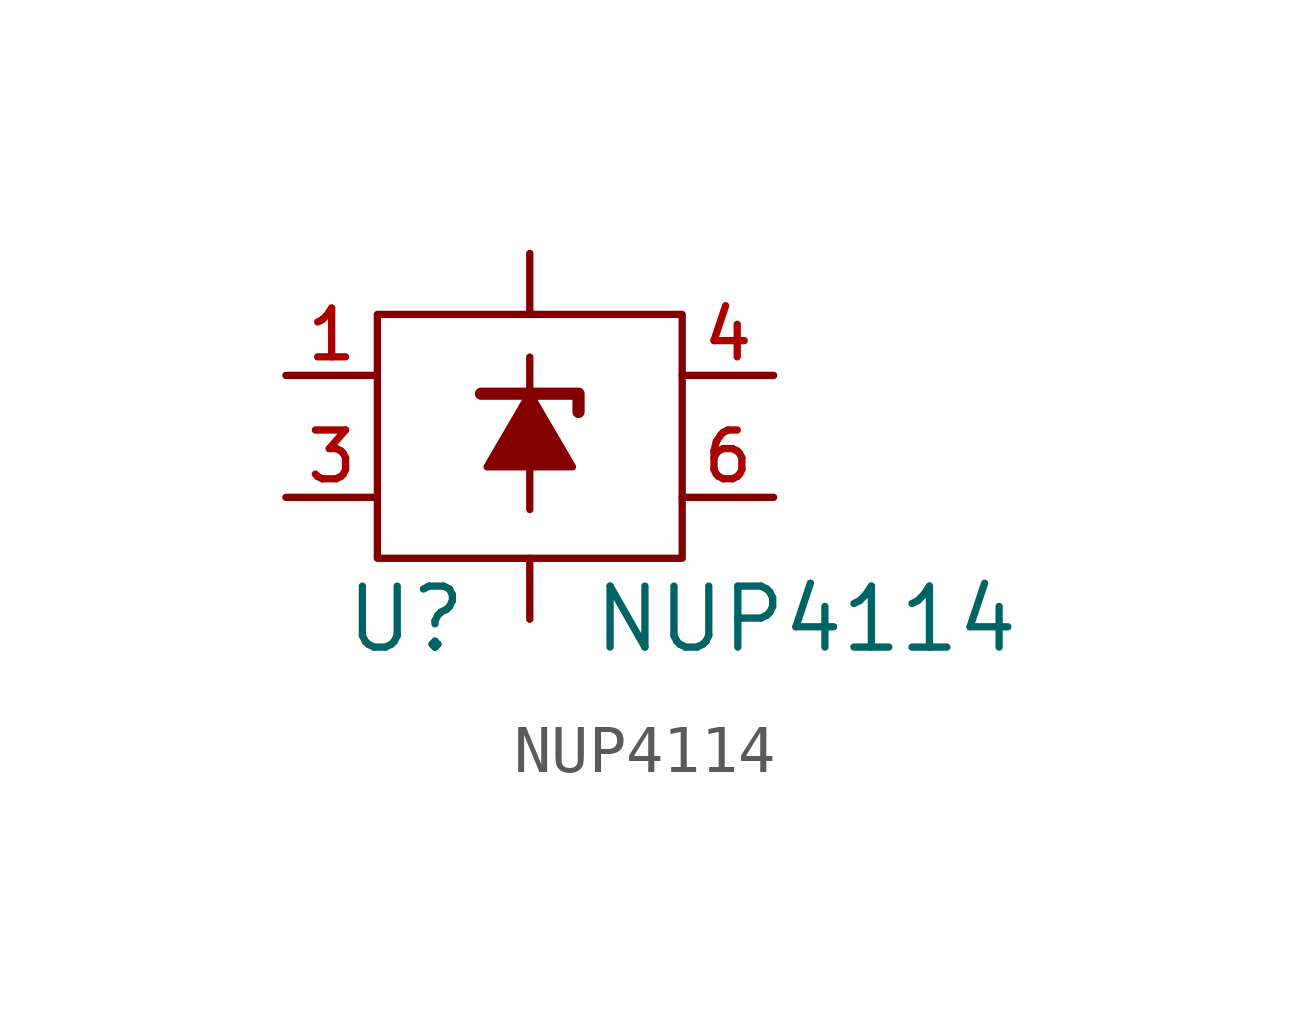
<source format=kicad_sym>
(kicad_symbol_lib
  (version 20211014)
  (generator kicad_symbol_editor)
  (symbol "NUP4114"
    (pin_names
      (offset 1.016))
    (property "Reference" "U"
      (at -1.27 -6.35 0)
      (effects (font (size 1.27 1.27)) (justify right)))
    (property "Value" "NUP4114"
      (at 1.27 -6.35 0)
      (effects (font (size 1.27 1.27)) (justify left)))
    (symbol "NUP4114_0_1"
      (rectangle (start -3.175 0) (end 3.175 -5.08) (stroke (width 0) (type default) (color 0 0 0 0)) (fill (type none)))
      (polyline (pts (xy 0 -4.064) (xy 0 -0.889)) (stroke (width 0) (type default) (color 0 0 0 0)) (fill (type none)))
      (polyline (pts (xy -1.016 -1.651) (xy 1.016 -1.651) (xy 1.016 -2.032)) (stroke (width 0.254) (type default) (color 0 0 0 0)) (fill (type none)))
      (polyline (pts (xy -0.889 -3.175) (xy 0.889 -3.175) (xy 0 -1.651) (xy -0.889 -3.175)) (stroke (width 0) (type default) (color 0 0 0 0)) (fill (type outline))))
    (symbol "NUP4114_1_1"
      (pin passive line (at -5.08 -1.27 0) (length 1.905) (name "~" (effects (font (size 1.27 1.27)))) (number "1" (effects (font (size 1.016 1.016)))))
      (pin power_in line (at 0 -6.35 90) (length 1.27) (name "~" (effects (font (size 1.27 1.27)))) (number "2" (effects (font (size 0 0)))))
      (pin passive line (at -5.08 -3.81 0) (length 1.905) (name "~" (effects (font (size 1.27 1.27)))) (number "3" (effects (font (size 1.016 1.016)))))
      (pin passive line (at 5.08 -1.27 180) (length 1.905) (name "~" (effects (font (size 1.27 1.27)))) (number "4" (effects (font (size 1.016 1.016)))))
      (pin power_in line (at 0 1.27 270) (length 1.27) (name "~" (effects (font (size 1.27 1.27)))) (number "5" (effects (font (size 0 0)))))
      (pin passive line (at 5.08 -3.81 180) (length 1.905) (name "~" (effects (font (size 1.27 1.27)))) (number "6" (effects (font (size 1.016 1.016))))))))
</source>
